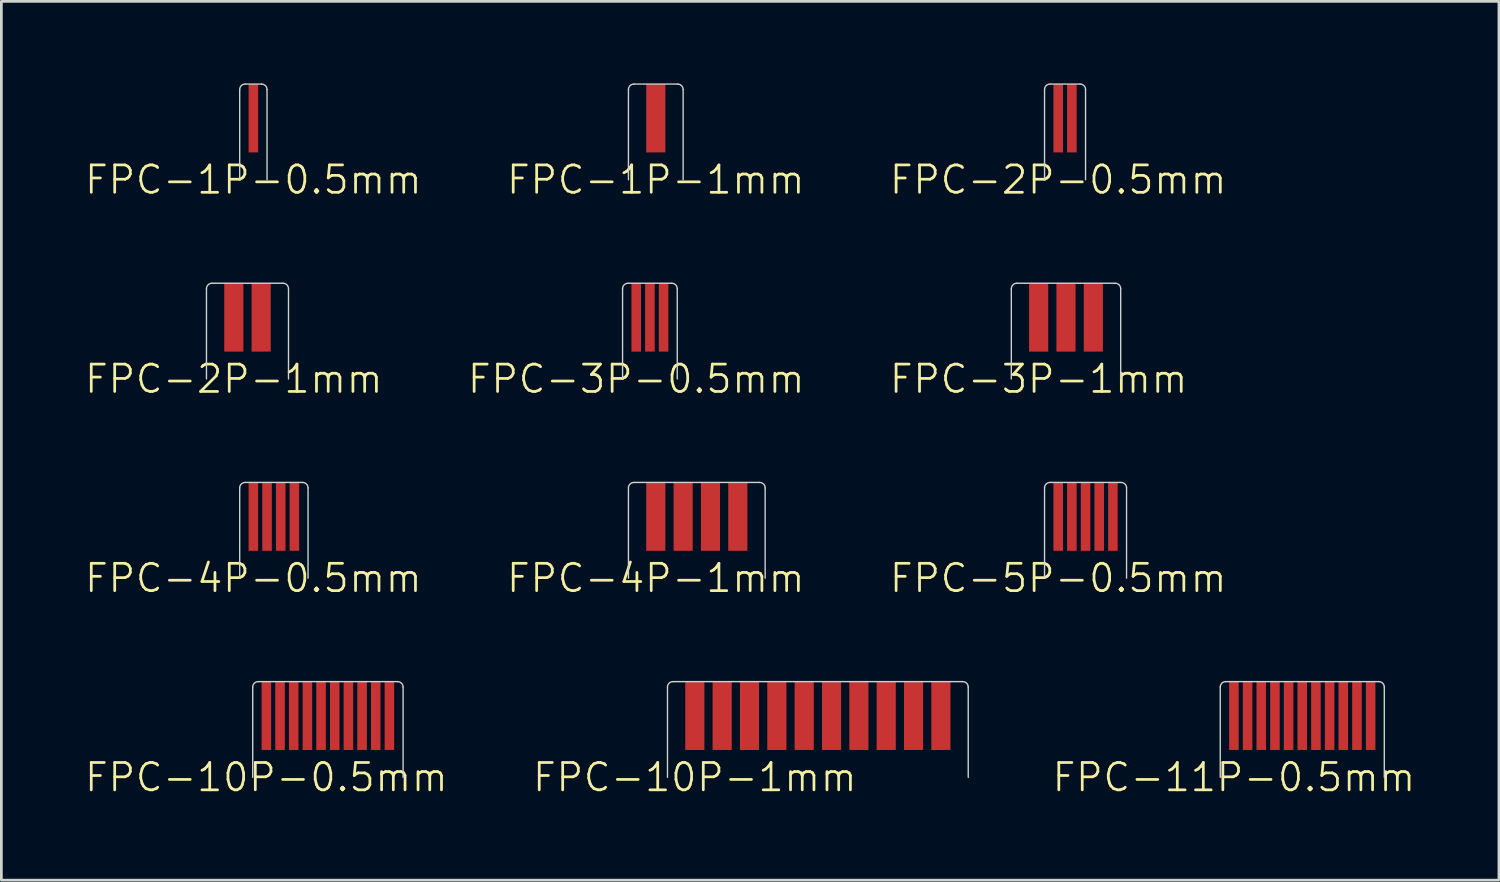
<source format=kicad_pcb>
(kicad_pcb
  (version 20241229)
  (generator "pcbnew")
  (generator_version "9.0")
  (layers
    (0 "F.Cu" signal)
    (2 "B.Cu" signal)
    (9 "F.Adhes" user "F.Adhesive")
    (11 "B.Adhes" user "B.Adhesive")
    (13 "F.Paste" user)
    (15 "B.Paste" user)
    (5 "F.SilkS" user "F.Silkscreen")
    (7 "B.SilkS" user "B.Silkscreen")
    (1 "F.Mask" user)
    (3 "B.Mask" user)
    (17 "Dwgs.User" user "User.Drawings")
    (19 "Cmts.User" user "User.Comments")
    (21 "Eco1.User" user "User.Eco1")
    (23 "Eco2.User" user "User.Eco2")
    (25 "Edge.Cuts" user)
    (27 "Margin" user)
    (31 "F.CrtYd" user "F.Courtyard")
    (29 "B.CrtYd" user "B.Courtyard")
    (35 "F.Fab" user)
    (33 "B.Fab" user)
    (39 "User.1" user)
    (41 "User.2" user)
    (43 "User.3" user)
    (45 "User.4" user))
  (footprint "FPC-1P-1mm"
    (layer "F.Cu")
    (at 20.936 1.275)
    (property "Reference" "FPC-1P-1mm" (at 0 2.25 0) (unlocked yes) (layer "F.SilkS") (effects (font (size 1 1) (thickness 0.1))))
    (attr smd)
    (fp_line (start -1 2.25) (end -1 -1.05) (stroke (width 0.05) (type default)) (layer "Edge.Cuts"))
    (fp_line (start -0.8 -1.25) (end 0.8 -1.25) (stroke (width 0.05) (type default)) (layer "Edge.Cuts"))
    (fp_line (start 1 2.25) (end 1 -1.05) (stroke (width 0.05) (type default)) (layer "Edge.Cuts"))
    (fp_arc (start -1 -1.05) (mid -0.941421 -1.191421) (end -0.8 -1.25) (stroke (width 0.05) (type default)) (layer "Edge.Cuts"))
    (fp_arc (start 0.8 -1.25) (mid 0.941421 -1.191421) (end 1 -1.05) (stroke (width 0.05) (type default)) (layer "Edge.Cuts"))
    (fp_line (start -1 2.25) (end -1 -1.05) (stroke (width 0.05) (type default)) (layer "User.1"))
    (fp_line (start -1 2.25) (end 1 2.25) (stroke (width 0.05) (type default)) (layer "User.1"))
    (fp_line (start -0.8 -1.25) (end 0.8 -1.25) (stroke (width 0.05) (type default)) (layer "User.1"))
    (fp_line (start 1 2.25) (end 1 -1.05) (stroke (width 0.05) (type default)) (layer "User.1"))
    (fp_arc (start -1 -1.05) (mid -0.941421 -1.191421) (end -0.8 -1.25) (stroke (width 0.05) (type default)) (layer "User.1"))
    (fp_arc (start 0.8 -1.25) (mid 0.941421 -1.191421) (end 1 -1.05) (stroke (width 0.05) (type default)) (layer "User.1"))
    (pad "1" smd rect (at 0 0 90) (size 2.5 0.7) (layers "F.Cu" "F.Mask" "F.Paste")))
  (footprint "FPC-5P-0.5mm"
    (layer "F.Cu")
    (at 35.655 15.846)
    (property "Reference" "FPC-5P-0.5mm" (at 0 2.25 0) (unlocked yes) (layer "F.SilkS") (effects (font (size 1 1) (thickness 0.1))))
    (attr smd)
    (fp_line (start -0.5 2.25) (end -0.5 -1.05) (stroke (width 0.05) (type default)) (layer "Edge.Cuts"))
    (fp_line (start -0.3 -1.25) (end 2.3 -1.25) (stroke (width 0.05) (type default)) (layer "Edge.Cuts"))
    (fp_line (start 2.5 2.25) (end 2.5 -1.05) (stroke (width 0.05) (type default)) (layer "Edge.Cuts"))
    (fp_arc (start -0.5 -1.05) (mid -0.441421 -1.191421) (end -0.3 -1.25) (stroke (width 0.05) (type default)) (layer "Edge.Cuts"))
    (fp_arc (start 2.3 -1.25) (mid 2.441421 -1.191421) (end 2.5 -1.05) (stroke (width 0.05) (type default)) (layer "Edge.Cuts"))
    (fp_line (start -0.5 2.25) (end -0.5 -1.05) (stroke (width 0.05) (type default)) (layer "User.1"))
    (fp_line (start -0.5 2.25) (end 2.5 2.25) (stroke (width 0.05) (type default)) (layer "User.1"))
    (fp_line (start -0.3 -1.25) (end 2.3 -1.25) (stroke (width 0.05) (type default)) (layer "User.1"))
    (fp_line (start 2.5 2.25) (end 2.5 -1.05) (stroke (width 0.05) (type default)) (layer "User.1"))
    (fp_arc (start -0.5 -1.05) (mid -0.441421 -1.191421) (end -0.3 -1.25) (stroke (width 0.05) (type default)) (layer "User.1"))
    (fp_arc (start 2.3 -1.25) (mid 2.441421 -1.191421) (end 2.5 -1.05) (stroke (width 0.05) (type default)) (layer "User.1"))
    (pad "1" smd rect (at 0 0 90) (size 2.5 0.35) (layers "F.Cu" "F.Mask" "F.Paste"))
    (pad "2" smd rect (at 0.5 0 90) (size 2.5 0.35) (layers "F.Cu" "F.Mask" "F.Paste"))
    (pad "3" smd rect (at 1 0 90) (size 2.5 0.35) (layers "F.Cu" "F.Mask" "F.Paste"))
    (pad "4" smd rect (at 1.5 0 90) (size 2.5 0.35) (layers "F.Cu" "F.Mask" "F.Paste"))
    (pad "5" smd rect (at 2 0 90) (size 2.5 0.35) (layers "F.Cu" "F.Mask" "F.Paste")))
  (footprint "FPC-2P-0.5mm"
    (layer "F.Cu")
    (at 35.655 1.275)
    (property "Reference" "FPC-2P-0.5mm" (at 0 2.25 0) (unlocked yes) (layer "F.SilkS") (effects (font (size 1 1) (thickness 0.1))))
    (attr smd)
    (fp_line (start -0.5 2.25) (end -0.5 -1.05) (stroke (width 0.05) (type default)) (layer "Edge.Cuts"))
    (fp_line (start -0.3 -1.25) (end 0.8 -1.25) (stroke (width 0.05) (type default)) (layer "Edge.Cuts"))
    (fp_line (start 1 2.25) (end 1 -1.05) (stroke (width 0.05) (type default)) (layer "Edge.Cuts"))
    (fp_arc (start -0.5 -1.05) (mid -0.441421 -1.191421) (end -0.3 -1.25) (stroke (width 0.05) (type default)) (layer "Edge.Cuts"))
    (fp_arc (start 0.8 -1.25) (mid 0.941421 -1.191421) (end 1 -1.05) (stroke (width 0.05) (type default)) (layer "Edge.Cuts"))
    (fp_line (start -0.5 2.25) (end -0.5 -1.05) (stroke (width 0.05) (type default)) (layer "User.1"))
    (fp_line (start -0.5 2.25) (end 1 2.25) (stroke (width 0.05) (type default)) (layer "User.1"))
    (fp_line (start -0.3 -1.25) (end 0.8 -1.25) (stroke (width 0.05) (type default)) (layer "User.1"))
    (fp_line (start 1 2.25) (end 1 -1.05) (stroke (width 0.05) (type default)) (layer "User.1"))
    (fp_arc (start -0.5 -1.05) (mid -0.441421 -1.191421) (end -0.3 -1.25) (stroke (width 0.05) (type default)) (layer "User.1"))
    (fp_arc (start 0.8 -1.25) (mid 0.941421 -1.191421) (end 1 -1.05) (stroke (width 0.05) (type default)) (layer "User.1"))
    (pad "1" smd rect (at 0 0 90) (size 2.5 0.35) (layers "F.Cu" "F.Mask" "F.Paste"))
    (pad "2" smd rect (at 0.5 0 90) (size 2.5 0.35) (layers "F.Cu" "F.Mask" "F.Paste")))
  (footprint "FPC-2P-1mm"
    (layer "F.Cu")
    (at 5.502 8.56)
    (property "Reference" "FPC-2P-1mm" (at 0 2.25 0) (unlocked yes) (layer "F.SilkS") (effects (font (size 1 1) (thickness 0.1))))
    (attr smd)
    (fp_line (start -1 2.25) (end -1 -1.05) (stroke (width 0.05) (type default)) (layer "Edge.Cuts"))
    (fp_line (start -0.8 -1.25) (end 1.8 -1.25) (stroke (width 0.05) (type default)) (layer "Edge.Cuts"))
    (fp_line (start 2 2.25) (end 2 -1.05) (stroke (width 0.05) (type default)) (layer "Edge.Cuts"))
    (fp_arc (start -1 -1.05) (mid -0.941421 -1.191421) (end -0.8 -1.25) (stroke (width 0.05) (type default)) (layer "Edge.Cuts"))
    (fp_arc (start 1.8 -1.25) (mid 1.941421 -1.191421) (end 2 -1.05) (stroke (width 0.05) (type default)) (layer "Edge.Cuts"))
    (fp_line (start -1 2.25) (end -1 -1.05) (stroke (width 0.05) (type default)) (layer "User.1"))
    (fp_line (start -1 2.25) (end 2 2.25) (stroke (width 0.05) (type default)) (layer "User.1"))
    (fp_line (start -0.8 -1.25) (end 1.8 -1.25) (stroke (width 0.05) (type default)) (layer "User.1"))
    (fp_line (start 2 2.25) (end 2 -1.05) (stroke (width 0.05) (type default)) (layer "User.1"))
    (fp_arc (start -1 -1.05) (mid -0.941421 -1.191421) (end -0.8 -1.25) (stroke (width 0.05) (type default)) (layer "User.1"))
    (fp_arc (start 1.8 -1.25) (mid 1.941421 -1.191421) (end 2 -1.05) (stroke (width 0.05) (type default)) (layer "User.1"))
    (pad "1" smd rect (at 0 0 90) (size 2.5 0.7) (layers "F.Cu" "F.Mask" "F.Paste"))
    (pad "2" smd rect (at 1 0 90) (size 2.5 0.7) (layers "F.Cu" "F.Mask" "F.Paste")))
  (footprint "FPC-3P-0.5mm"
    (layer "F.Cu")
    (at 20.221 8.56)
    (property "Reference" "FPC-3P-0.5mm" (at 0 2.25 0) (unlocked yes) (layer "F.SilkS") (effects (font (size 1 1) (thickness 0.1))))
    (attr smd)
    (fp_line (start -0.5 2.25) (end -0.5 -1.05) (stroke (width 0.05) (type default)) (layer "Edge.Cuts"))
    (fp_line (start -0.3 -1.25) (end 1.3 -1.25) (stroke (width 0.05) (type default)) (layer "Edge.Cuts"))
    (fp_line (start 1.5 2.25) (end 1.5 -1.05) (stroke (width 0.05) (type default)) (layer "Edge.Cuts"))
    (fp_arc (start -0.5 -1.05) (mid -0.441421 -1.191421) (end -0.3 -1.25) (stroke (width 0.05) (type default)) (layer "Edge.Cuts"))
    (fp_arc (start 1.3 -1.25) (mid 1.441421 -1.191421) (end 1.5 -1.05) (stroke (width 0.05) (type default)) (layer "Edge.Cuts"))
    (fp_line (start -0.5 2.25) (end -0.5 -1.05) (stroke (width 0.05) (type default)) (layer "User.1"))
    (fp_line (start -0.5 2.25) (end 1.5 2.25) (stroke (width 0.05) (type default)) (layer "User.1"))
    (fp_line (start -0.3 -1.25) (end 1.3 -1.25) (stroke (width 0.05) (type default)) (layer "User.1"))
    (fp_line (start 1.5 2.25) (end 1.5 -1.05) (stroke (width 0.05) (type default)) (layer "User.1"))
    (fp_arc (start -0.5 -1.05) (mid -0.441421 -1.191421) (end -0.3 -1.25) (stroke (width 0.05) (type default)) (layer "User.1"))
    (fp_arc (start 1.3 -1.25) (mid 1.441421 -1.191421) (end 1.5 -1.05) (stroke (width 0.05) (type default)) (layer "User.1"))
    (pad "1" smd rect (at 0 0 90) (size 2.5 0.35) (layers "F.Cu" "F.Mask" "F.Paste"))
    (pad "2" smd rect (at 0.5 0 90) (size 2.5 0.35) (layers "F.Cu" "F.Mask" "F.Paste"))
    (pad "3" smd rect (at 1 0 90) (size 2.5 0.35) (layers "F.Cu" "F.Mask" "F.Paste")))
  (footprint "FPC-4P-1mm"
    (layer "F.Cu")
    (at 20.936 15.846)
    (property "Reference" "FPC-4P-1mm" (at 0 2.25 0) (unlocked yes) (layer "F.SilkS") (effects (font (size 1 1) (thickness 0.1))))
    (attr smd)
    (fp_line (start -1 2.25) (end -1 -1.05) (stroke (width 0.05) (type default)) (layer "Edge.Cuts"))
    (fp_line (start -0.8 -1.25) (end 3.8 -1.25) (stroke (width 0.05) (type default)) (layer "Edge.Cuts"))
    (fp_line (start 4 2.25) (end 4 -1.05) (stroke (width 0.05) (type default)) (layer "Edge.Cuts"))
    (fp_arc (start -1 -1.05) (mid -0.941421 -1.191421) (end -0.8 -1.25) (stroke (width 0.05) (type default)) (layer "Edge.Cuts"))
    (fp_arc (start 3.8 -1.25) (mid 3.941421 -1.191421) (end 4 -1.05) (stroke (width 0.05) (type default)) (layer "Edge.Cuts"))
    (fp_line (start -1 2.25) (end -1 -1.05) (stroke (width 0.05) (type default)) (layer "User.1"))
    (fp_line (start -1 2.25) (end 4 2.25) (stroke (width 0.05) (type default)) (layer "User.1"))
    (fp_line (start -0.8 -1.25) (end 3.8 -1.25) (stroke (width 0.05) (type default)) (layer "User.1"))
    (fp_line (start 4 2.25) (end 4 -1.05) (stroke (width 0.05) (type default)) (layer "User.1"))
    (fp_arc (start -1 -1.05) (mid -0.941421 -1.191421) (end -0.8 -1.25) (stroke (width 0.05) (type default)) (layer "User.1"))
    (fp_arc (start 3.8 -1.25) (mid 3.941421 -1.191421) (end 4 -1.05) (stroke (width 0.05) (type default)) (layer "User.1"))
    (pad "1" smd rect (at 0 0 90) (size 2.5 0.7) (layers "F.Cu" "F.Mask" "F.Paste"))
    (pad "2" smd rect (at 1 0 90) (size 2.5 0.7) (layers "F.Cu" "F.Mask" "F.Paste"))
    (pad "3" smd rect (at 2 0 90) (size 2.5 0.7) (layers "F.Cu" "F.Mask" "F.Paste"))
    (pad "4" smd rect (at 3 0 90) (size 2.5 0.7) (layers "F.Cu" "F.Mask" "F.Paste")))
  (footprint "FPC-10P-0.5mm"
    (layer "F.Cu")
    (at 6.693 23.131)
    (property "Reference" "FPC-10P-0.5mm" (at 0 2.25 0) (unlocked yes) (layer "F.SilkS") (effects (font (size 1 1) (thickness 0.1))))
    (attr smd)
    (fp_line (start -0.5 2.25) (end -0.5 -1.05) (stroke (width 0.05) (type default)) (layer "Edge.Cuts"))
    (fp_line (start -0.3 -1.25) (end 4.8 -1.25) (stroke (width 0.05) (type default)) (layer "Edge.Cuts"))
    (fp_line (start 5 2.25) (end 5 -1.05) (stroke (width 0.05) (type default)) (layer "Edge.Cuts"))
    (fp_arc (start -0.5 -1.05) (mid -0.441421 -1.191421) (end -0.3 -1.25) (stroke (width 0.05) (type default)) (layer "Edge.Cuts"))
    (fp_arc (start 4.8 -1.25) (mid 4.941421 -1.191421) (end 5 -1.05) (stroke (width 0.05) (type default)) (layer "Edge.Cuts"))
    (fp_line (start -0.5 2.25) (end -0.5 -1.05) (stroke (width 0.05) (type default)) (layer "User.1"))
    (fp_line (start -0.5 2.25) (end 5 2.25) (stroke (width 0.05) (type default)) (layer "User.1"))
    (fp_line (start -0.3 -1.25) (end 4.8 -1.25) (stroke (width 0.05) (type default)) (layer "User.1"))
    (fp_line (start 5 2.25) (end 5 -1.05) (stroke (width 0.05) (type default)) (layer "User.1"))
    (fp_arc (start -0.5 -1.05) (mid -0.441421 -1.191421) (end -0.3 -1.25) (stroke (width 0.05) (type default)) (layer "User.1"))
    (fp_arc (start 4.8 -1.25) (mid 4.941421 -1.191421) (end 5 -1.05) (stroke (width 0.05) (type default)) (layer "User.1"))
    (pad "1" smd rect (at 0 0 90) (size 2.5 0.35) (layers "F.Cu" "F.Mask" "F.Paste"))
    (pad "2" smd rect (at 0.5 0 90) (size 2.5 0.35) (layers "F.Cu" "F.Mask" "F.Paste"))
    (pad "3" smd rect (at 1 0 90) (size 2.5 0.35) (layers "F.Cu" "F.Mask" "F.Paste"))
    (pad "4" smd rect (at 1.5 0 90) (size 2.5 0.35) (layers "F.Cu" "F.Mask" "F.Paste"))
    (pad "5" smd rect (at 2 0 90) (size 2.5 0.35) (layers "F.Cu" "F.Mask" "F.Paste"))
    (pad "6" smd rect (at 2.5 0 90) (size 2.5 0.35) (layers "F.Cu" "F.Mask" "F.Paste"))
    (pad "7" smd rect (at 3 0 90) (size 2.5 0.35) (layers "F.Cu" "F.Mask" "F.Paste"))
    (pad "8" smd rect (at 3.5 0 90) (size 2.5 0.35) (layers "F.Cu" "F.Mask" "F.Paste"))
    (pad "9" smd rect (at 4 0 90) (size 2.5 0.35) (layers "F.Cu" "F.Mask" "F.Paste"))
    (pad "10" smd rect (at 4.5 0 90) (size 2.5 0.35) (layers "F.Cu" "F.Mask" "F.Paste")))
  (footprint "FPC-11P-0.5mm"
    (layer "F.Cu")
    (at 42.082 23.131)
    (property "Reference" "FPC-11P-0.5mm" (at 0 2.25 0) (unlocked yes) (layer "F.SilkS") (effects (font (size 1 1) (thickness 0.1))))
    (attr smd)
    (fp_line (start -0.5 2.25) (end -0.5 -1.05) (stroke (width 0.05) (type default)) (layer "Edge.Cuts"))
    (fp_line (start -0.3 -1.25) (end 5.3 -1.25) (stroke (width 0.05) (type default)) (layer "Edge.Cuts"))
    (fp_line (start 5.5 2.25) (end 5.5 -1.05) (stroke (width 0.05) (type default)) (layer "Edge.Cuts"))
    (fp_arc (start -0.5 -1.05) (mid -0.441421 -1.191421) (end -0.3 -1.25) (stroke (width 0.05) (type default)) (layer "Edge.Cuts"))
    (fp_arc (start 5.3 -1.25) (mid 5.441421 -1.191421) (end 5.5 -1.05) (stroke (width 0.05) (type default)) (layer "Edge.Cuts"))
    (fp_line (start -0.5 2.25) (end -0.5 -1.05) (stroke (width 0.05) (type default)) (layer "User.1"))
    (fp_line (start -0.5 2.25) (end 5.5 2.25) (stroke (width 0.05) (type default)) (layer "User.1"))
    (fp_line (start -0.3 -1.25) (end 5.3 -1.25) (stroke (width 0.05) (type default)) (layer "User.1"))
    (fp_line (start 5.5 2.25) (end 5.5 -1.05) (stroke (width 0.05) (type default)) (layer "User.1"))
    (fp_arc (start -0.5 -1.05) (mid -0.441421 -1.191421) (end -0.3 -1.25) (stroke (width 0.05) (type default)) (layer "User.1"))
    (fp_arc (start 5.3 -1.25) (mid 5.441421 -1.191421) (end 5.5 -1.05) (stroke (width 0.05) (type default)) (layer "User.1"))
    (pad "1" smd rect (at 0 0 90) (size 2.5 0.35) (layers "F.Cu" "F.Mask" "F.Paste"))
    (pad "2" smd rect (at 0.5 0 90) (size 2.5 0.35) (layers "F.Cu" "F.Mask" "F.Paste"))
    (pad "3" smd rect (at 1 0 90) (size 2.5 0.35) (layers "F.Cu" "F.Mask" "F.Paste"))
    (pad "4" smd rect (at 1.5 0 90) (size 2.5 0.35) (layers "F.Cu" "F.Mask" "F.Paste"))
    (pad "5" smd rect (at 2 0 90) (size 2.5 0.35) (layers "F.Cu" "F.Mask" "F.Paste"))
    (pad "6" smd rect (at 2.5 0 90) (size 2.5 0.35) (layers "F.Cu" "F.Mask" "F.Paste"))
    (pad "7" smd rect (at 3 0 90) (size 2.5 0.35) (layers "F.Cu" "F.Mask" "F.Paste"))
    (pad "8" smd rect (at 3.5 0 90) (size 2.5 0.35) (layers "F.Cu" "F.Mask" "F.Paste"))
    (pad "9" smd rect (at 4 0 90) (size 2.5 0.35) (layers "F.Cu" "F.Mask" "F.Paste"))
    (pad "10" smd rect (at 4.5 0 90) (size 2.5 0.35) (layers "F.Cu" "F.Mask" "F.Paste"))
    (pad "11" smd rect (at 5 0 90) (size 2.5 0.35) (layers "F.Cu" "F.Mask" "F.Paste")))
  (footprint "FPC-4P-0.5mm"
    (layer "F.Cu")
    (at 6.217 15.846)
    (property "Reference" "FPC-4P-0.5mm" (at 0 2.25 0) (unlocked yes) (layer "F.SilkS") (effects (font (size 1 1) (thickness 0.1))))
    (attr smd)
    (fp_line (start -0.5 2.25) (end -0.5 -1.05) (stroke (width 0.05) (type default)) (layer "Edge.Cuts"))
    (fp_line (start -0.3 -1.25) (end 1.8 -1.25) (stroke (width 0.05) (type default)) (layer "Edge.Cuts"))
    (fp_line (start 2 2.25) (end 2 -1.05) (stroke (width 0.05) (type default)) (layer "Edge.Cuts"))
    (fp_arc (start -0.5 -1.05) (mid -0.441421 -1.191421) (end -0.3 -1.25) (stroke (width 0.05) (type default)) (layer "Edge.Cuts"))
    (fp_arc (start 1.8 -1.25) (mid 1.941421 -1.191421) (end 2 -1.05) (stroke (width 0.05) (type default)) (layer "Edge.Cuts"))
    (fp_line (start -0.5 2.25) (end -0.5 -1.05) (stroke (width 0.05) (type default)) (layer "User.1"))
    (fp_line (start -0.5 2.25) (end 2 2.25) (stroke (width 0.05) (type default)) (layer "User.1"))
    (fp_line (start -0.3 -1.25) (end 1.8 -1.25) (stroke (width 0.05) (type default)) (layer "User.1"))
    (fp_line (start 2 2.25) (end 2 -1.05) (stroke (width 0.05) (type default)) (layer "User.1"))
    (fp_arc (start -0.5 -1.05) (mid -0.441421 -1.191421) (end -0.3 -1.25) (stroke (width 0.05) (type default)) (layer "User.1"))
    (fp_arc (start 1.8 -1.25) (mid 1.941421 -1.191421) (end 2 -1.05) (stroke (width 0.05) (type default)) (layer "User.1"))
    (pad "1" smd rect (at 0 0 90) (size 2.5 0.35) (layers "F.Cu" "F.Mask" "F.Paste"))
    (pad "2" smd rect (at 0.5 0 90) (size 2.5 0.35) (layers "F.Cu" "F.Mask" "F.Paste"))
    (pad "3" smd rect (at 1 0 90) (size 2.5 0.35) (layers "F.Cu" "F.Mask" "F.Paste"))
    (pad "4" smd rect (at 1.5 0 90) (size 2.5 0.35) (layers "F.Cu" "F.Mask" "F.Paste")))
  (footprint "FPC-1P-0.5mm"
    (layer "F.Cu")
    (at 6.217 1.275)
    (property "Reference" "FPC-1P-0.5mm" (at 0 2.25 0) (unlocked yes) (layer "F.SilkS") (effects (font (size 1 1) (thickness 0.1))))
    (attr smd)
    (fp_line (start -0.5 2.25) (end -0.5 -1.05) (stroke (width 0.05) (type default)) (layer "Edge.Cuts"))
    (fp_line (start -0.3 -1.25) (end 0.3 -1.25) (stroke (width 0.05) (type default)) (layer "Edge.Cuts"))
    (fp_line (start 0.5 2.25) (end 0.5 -1.05) (stroke (width 0.05) (type default)) (layer "Edge.Cuts"))
    (fp_arc (start -0.5 -1.05) (mid -0.441421 -1.191421) (end -0.3 -1.25) (stroke (width 0.05) (type default)) (layer "Edge.Cuts"))
    (fp_arc (start 0.3 -1.25) (mid 0.441421 -1.191421) (end 0.5 -1.05) (stroke (width 0.05) (type default)) (layer "Edge.Cuts"))
    (fp_line (start -0.5 2.25) (end -0.5 -1.05) (stroke (width 0.05) (type default)) (layer "User.1"))
    (fp_line (start -0.5 2.25) (end 0.5 2.25) (stroke (width 0.05) (type default)) (layer "User.1"))
    (fp_line (start -0.3 -1.25) (end 0.3 -1.25) (stroke (width 0.05) (type default)) (layer "User.1"))
    (fp_line (start 0.5 2.25) (end 0.5 -1.05) (stroke (width 0.05) (type default)) (layer "User.1"))
    (fp_arc (start -0.5 -1.05) (mid -0.441421 -1.191421) (end -0.3 -1.25) (stroke (width 0.05) (type default)) (layer "User.1"))
    (fp_arc (start 0.3 -1.25) (mid 0.441421 -1.191421) (end 0.5 -1.05) (stroke (width 0.05) (type default)) (layer "User.1"))
    (pad "1" smd rect (at 0 0 90) (size 2.5 0.35) (layers "F.Cu" "F.Mask" "F.Paste")))
  (footprint "FPC-3P-1mm"
    (layer "F.Cu")
    (at 34.94 8.56)
    (property "Reference" "FPC-3P-1mm" (at 0 2.25 0) (unlocked yes) (layer "F.SilkS") (effects (font (size 1 1) (thickness 0.1))))
    (attr smd)
    (fp_line (start -1 2.25) (end -1 -1.05) (stroke (width 0.05) (type default)) (layer "Edge.Cuts"))
    (fp_line (start -0.8 -1.25) (end 2.8 -1.25) (stroke (width 0.05) (type default)) (layer "Edge.Cuts"))
    (fp_line (start 3 2.25) (end 3 -1.05) (stroke (width 0.05) (type default)) (layer "Edge.Cuts"))
    (fp_arc (start -1 -1.05) (mid -0.941421 -1.191421) (end -0.8 -1.25) (stroke (width 0.05) (type default)) (layer "Edge.Cuts"))
    (fp_arc (start 2.8 -1.25) (mid 2.941421 -1.191421) (end 3 -1.05) (stroke (width 0.05) (type default)) (layer "Edge.Cuts"))
    (fp_line (start -1 2.25) (end -1 -1.05) (stroke (width 0.05) (type default)) (layer "User.1"))
    (fp_line (start -1 2.25) (end 3 2.25) (stroke (width 0.05) (type default)) (layer "User.1"))
    (fp_line (start -0.8 -1.25) (end 2.8 -1.25) (stroke (width 0.05) (type default)) (layer "User.1"))
    (fp_line (start 3 2.25) (end 3 -1.05) (stroke (width 0.05) (type default)) (layer "User.1"))
    (fp_arc (start -1 -1.05) (mid -0.941421 -1.191421) (end -0.8 -1.25) (stroke (width 0.05) (type default)) (layer "User.1"))
    (fp_arc (start 2.8 -1.25) (mid 2.941421 -1.191421) (end 3 -1.05) (stroke (width 0.05) (type default)) (layer "User.1"))
    (pad "1" smd rect (at 0 0 90) (size 2.5 0.7) (layers "F.Cu" "F.Mask" "F.Paste"))
    (pad "2" smd rect (at 1 0 90) (size 2.5 0.7) (layers "F.Cu" "F.Mask" "F.Paste"))
    (pad "3" smd rect (at 2 0 90) (size 2.5 0.7) (layers "F.Cu" "F.Mask" "F.Paste")))
  (footprint "FPC-10P-1mm"
    (layer "F.Cu")
    (at 22.364 23.131)
    (property "Reference" "FPC-10P-1mm" (at 0 2.25 0) (unlocked yes) (layer "F.SilkS") (effects (font (size 1 1) (thickness 0.1))))
    (attr smd)
    (fp_line (start -1 2.25) (end -1 -1.05) (stroke (width 0.05) (type default)) (layer "Edge.Cuts"))
    (fp_line (start -0.8 -1.25) (end 9.8 -1.25) (stroke (width 0.05) (type default)) (layer "Edge.Cuts"))
    (fp_line (start 10 2.25) (end 10 -1.05) (stroke (width 0.05) (type default)) (layer "Edge.Cuts"))
    (fp_arc (start -1 -1.05) (mid -0.941421 -1.191421) (end -0.8 -1.25) (stroke (width 0.05) (type default)) (layer "Edge.Cuts"))
    (fp_arc (start 9.8 -1.25) (mid 9.941421 -1.191421) (end 10 -1.05) (stroke (width 0.05) (type default)) (layer "Edge.Cuts"))
    (fp_line (start -1 2.25) (end -1 -1.05) (stroke (width 0.05) (type default)) (layer "User.1"))
    (fp_line (start -1 2.25) (end 10 2.25) (stroke (width 0.05) (type default)) (layer "User.1"))
    (fp_line (start -0.8 -1.25) (end 9.8 -1.25) (stroke (width 0.05) (type default)) (layer "User.1"))
    (fp_line (start 10 2.25) (end 10 -1.05) (stroke (width 0.05) (type default)) (layer "User.1"))
    (fp_arc (start -1 -1.05) (mid -0.941421 -1.191421) (end -0.8 -1.25) (stroke (width 0.05) (type default)) (layer "User.1"))
    (fp_arc (start 9.8 -1.25) (mid 9.941421 -1.191421) (end 10 -1.05) (stroke (width 0.05) (type default)) (layer "User.1"))
    (pad "1" smd rect (at 0 0 90) (size 2.5 0.7) (layers "F.Cu" "F.Mask" "F.Paste"))
    (pad "2" smd rect (at 1 0 90) (size 2.5 0.7) (layers "F.Cu" "F.Mask" "F.Paste"))
    (pad "3" smd rect (at 2 0 90) (size 2.5 0.7) (layers "F.Cu" "F.Mask" "F.Paste"))
    (pad "4" smd rect (at 3 0 90) (size 2.5 0.7) (layers "F.Cu" "F.Mask" "F.Paste"))
    (pad "5" smd rect (at 4 0 90) (size 2.5 0.7) (layers "F.Cu" "F.Mask" "F.Paste"))
    (pad "6" smd rect (at 5 0 90) (size 2.5 0.7) (layers "F.Cu" "F.Mask" "F.Paste"))
    (pad "7" smd rect (at 6 0 90) (size 2.5 0.7) (layers "F.Cu" "F.Mask" "F.Paste"))
    (pad "8" smd rect (at 7 0 90) (size 2.5 0.7) (layers "F.Cu" "F.Mask" "F.Paste"))
    (pad "9" smd rect (at 8 0 90) (size 2.5 0.7) (layers "F.Cu" "F.Mask" "F.Paste"))
    (pad "10" smd rect (at 9 0 90) (size 2.5 0.7) (layers "F.Cu" "F.Mask" "F.Paste")))
  (gr_rect
    (start -3 -3)
    (end 51.775 29.142)
    (stroke (width 0.1) (type default))
    (fill no)
    (layer "Edge.Cuts")))
</source>
